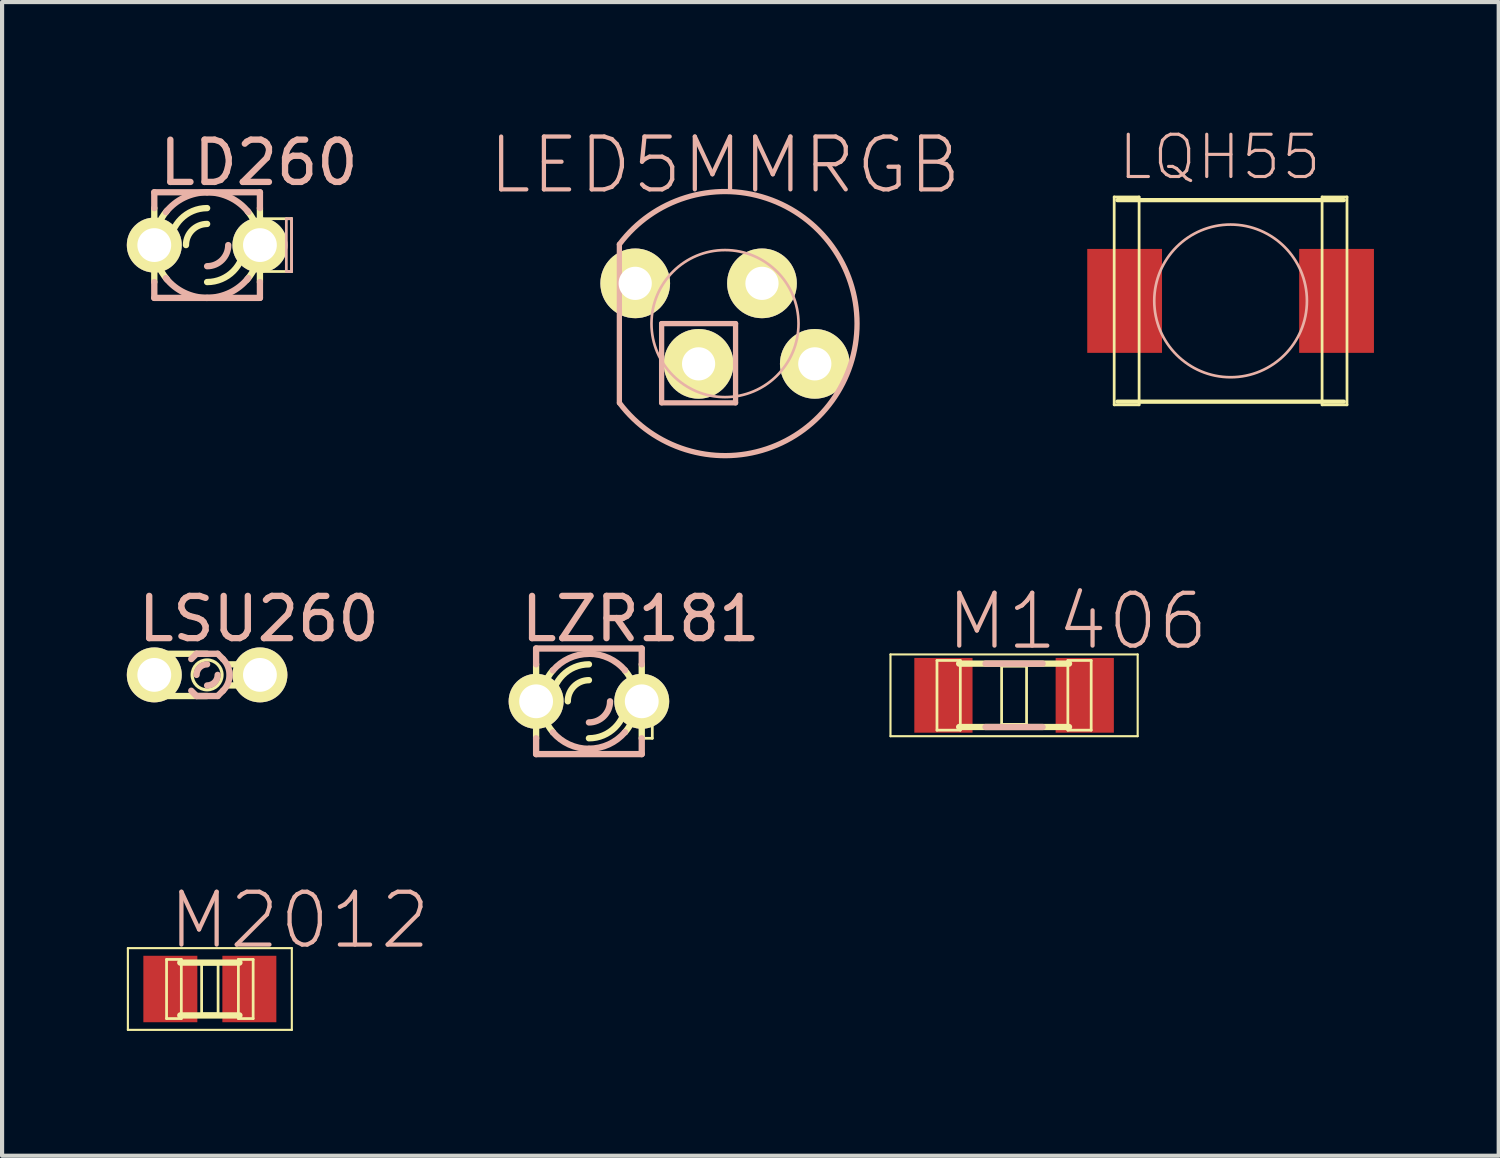
<source format=kicad_pcb>
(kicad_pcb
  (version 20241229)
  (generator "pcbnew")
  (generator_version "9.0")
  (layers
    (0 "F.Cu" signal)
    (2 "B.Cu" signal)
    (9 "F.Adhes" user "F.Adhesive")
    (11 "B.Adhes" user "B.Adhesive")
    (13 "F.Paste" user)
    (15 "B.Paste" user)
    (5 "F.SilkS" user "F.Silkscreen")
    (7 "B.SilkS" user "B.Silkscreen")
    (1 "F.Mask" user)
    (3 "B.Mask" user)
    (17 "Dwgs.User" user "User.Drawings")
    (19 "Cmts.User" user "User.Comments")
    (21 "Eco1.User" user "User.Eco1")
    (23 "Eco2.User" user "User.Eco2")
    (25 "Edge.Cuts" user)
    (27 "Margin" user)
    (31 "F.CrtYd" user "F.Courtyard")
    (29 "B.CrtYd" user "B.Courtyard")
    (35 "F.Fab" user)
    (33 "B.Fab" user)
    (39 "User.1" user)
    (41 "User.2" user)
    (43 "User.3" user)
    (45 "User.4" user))
  (footprint "LZR181"
    (layer "F.Cu")
    (at 11.111 13.813)
    (property "Reference" "LZR181" (at 1.245 -1.981 0) (layer "B.SilkS") (effects (font (size 1.016 1.016) (thickness 0.152))))
    (attr exclude_from_pos_files exclude_from_bom)
    (fp_line (start -1.524 -0.254) (end -1.27 -0.254) (stroke (width 0.066) (type solid)) (layer "F.SilkS"))
    (fp_line (start -1.524 0.254) (end -1.524 -0.254) (stroke (width 0.066) (type solid)) (layer "F.SilkS"))
    (fp_line (start -1.524 0.254) (end -1.27 0.254) (stroke (width 0.066) (type solid)) (layer "F.SilkS"))
    (fp_line (start -1.27 0.254) (end -1.27 -0.254) (stroke (width 0.066) (type solid)) (layer "F.SilkS"))
    (fp_line (start -1.27 0.889) (end -1.27 -0.889) (stroke (width 0.152) (type solid)) (layer "F.SilkS"))
    (fp_line (start 1.27 -0.889) (end 1.27 0.889) (stroke (width 0.152) (type solid)) (layer "F.SilkS"))
    (fp_line (start 1.27 -0.254) (end 1.524 -0.254) (stroke (width 0.066) (type solid)) (layer "F.SilkS"))
    (fp_line (start 1.27 0.889) (end 1.27 -0.254) (stroke (width 0.066) (type solid)) (layer "F.SilkS"))
    (fp_line (start 1.27 0.889) (end 1.524 0.889) (stroke (width 0.066) (type solid)) (layer "F.SilkS"))
    (fp_line (start 1.524 0.889) (end 1.524 -0.254) (stroke (width 0.066) (type solid)) (layer "F.SilkS"))
    (fp_arc (start -1.143 0) (mid -1.072007 -0.396548) (end -0.867847 -0.743835) (stroke (width 0.1524) (type solid)) (layer "F.SilkS"))
    (fp_arc (start -0.889 0) (mid -0.628618 -0.628618) (end 0 -0.889) (stroke (width 0.1524) (type solid)) (layer "F.SilkS"))
    (fp_arc (start -0.86614 0.74168) (mid -1.069658 0.395119) (end -1.140301 -0.000525) (stroke (width 0.1524) (type solid)) (layer "F.SilkS"))
    (fp_arc (start -0.508 0) (mid -0.35921 -0.35921) (end 0 -0.508) (stroke (width 0.1524) (type solid)) (layer "F.SilkS"))
    (fp_arc (start 0.86614 -0.74168) (mid 1.069658 -0.395119) (end 1.140301 0.000525) (stroke (width 0.1524) (type solid)) (layer "F.SilkS"))
    (fp_arc (start 0.889 0) (mid 0.628618 0.628618) (end 0 0.889) (stroke (width 0.1524) (type solid)) (layer "F.SilkS"))
    (fp_arc (start 1.143 0) (mid 1.072007 0.396548) (end 0.867847 0.743835) (stroke (width 0.1524) (type solid)) (layer "F.SilkS"))
    (fp_line (start -1.27 -1.27) (end -1.27 -0.889) (stroke (width 0.152) (type solid)) (layer "B.SilkS"))
    (fp_line (start -1.27 -1.27) (end 1.27 -1.27) (stroke (width 0.152) (type solid)) (layer "B.SilkS"))
    (fp_line (start -1.27 1.27) (end -1.27 0.889) (stroke (width 0.152) (type solid)) (layer "B.SilkS"))
    (fp_line (start -1.27 1.27) (end 1.27 1.27) (stroke (width 0.152) (type solid)) (layer "B.SilkS"))
    (fp_line (start 1.27 -1.27) (end 1.27 -0.889) (stroke (width 0.152) (type solid)) (layer "B.SilkS"))
    (fp_line (start 1.27 1.27) (end 1.27 0.889) (stroke (width 0.152) (type solid)) (layer "B.SilkS"))
    (fp_arc (start -0.86614 -0.74168) (mid -0.477875 -1.035337) (end -0.002515 -1.140299) (stroke (width 0.1524) (type solid)) (layer "B.SilkS"))
    (fp_arc (start 0 -1.143) (mid 0.476716 -1.038841) (end 0.866548 -0.745348) (stroke (width 0.1524) (type solid)) (layer "B.SilkS"))
    (fp_arc (start 0 1.143) (mid -0.476716 1.038841) (end -0.866548 0.745348) (stroke (width 0.1524) (type solid)) (layer "B.SilkS"))
    (fp_arc (start 0.508 0) (mid 0.35921 0.35921) (end 0 0.508) (stroke (width 0.1524) (type solid)) (layer "B.SilkS"))
    (fp_arc (start 0.86614 0.74168) (mid 0.477875 1.035337) (end 0.002515 1.140299) (stroke (width 0.1524) (type solid)) (layer "B.SilkS"))
    (pad "A" thru_hole circle (at -1.27 0) (size 1.321 1.321) (drill 0.813) (layers "*.Cu" "F.Mask" "F.SilkS" "F.Paste"))
    (pad "K" thru_hole circle (at 1.27 0) (size 1.321 1.321) (drill 0.813) (layers "*.Cu" "F.Mask" "F.SilkS" "F.Paste")))
  (footprint "LD260"
    (layer "F.Cu")
    (at 1.93 2.843)
    (property "Reference" "LD260" (at 1.245 -1.981 0) (layer "B.SilkS") (effects (font (size 1.016 1.016) (thickness 0.152))))
    (attr exclude_from_pos_files exclude_from_bom)
    (fp_line (start -1.27 0.889) (end -1.27 -0.889) (stroke (width 0.152) (type solid)) (layer "F.SilkS"))
    (fp_line (start 1.27 -0.889) (end 1.27 0.889) (stroke (width 0.152) (type solid)) (layer "F.SilkS"))
    (fp_line (start 1.27 -0.635) (end 2.032 -0.635) (stroke (width 0.066) (type solid)) (layer "F.SilkS"))
    (fp_line (start 1.27 0.635) (end 1.27 -0.635) (stroke (width 0.066) (type solid)) (layer "F.SilkS"))
    (fp_line (start 1.27 0.635) (end 2.032 0.635) (stroke (width 0.066) (type solid)) (layer "F.SilkS"))
    (fp_line (start 2.032 0.635) (end 2.032 -0.635) (stroke (width 0.066) (type solid)) (layer "F.SilkS"))
    (fp_arc (start -1.27 0) (mid -1.191119 -0.440608) (end -0.964275 -0.826483) (stroke (width 0.1524) (type solid)) (layer "F.SilkS"))
    (fp_arc (start -0.96266 0.8255) (mid -1.189264 0.440246) (end -1.268134 0.000304) (stroke (width 0.1524) (type solid)) (layer "F.SilkS"))
    (fp_arc (start -0.889 0) (mid -0.628618 -0.628618) (end 0 -0.889) (stroke (width 0.1524) (type solid)) (layer "F.SilkS"))
    (fp_arc (start -0.508 0) (mid -0.35921 -0.35921) (end 0 -0.508) (stroke (width 0.1524) (type solid)) (layer "F.SilkS"))
    (fp_arc (start 0.889 0) (mid 0.628618 0.628618) (end 0 0.889) (stroke (width 0.1524) (type solid)) (layer "F.SilkS"))
    (fp_arc (start 0.97536 -0.8128) (mid 1.19378 -0.432273) (end 1.269634 -0.000123) (stroke (width 0.1524) (type solid)) (layer "F.SilkS"))
    (fp_arc (start 1.27 0) (mid 1.189185 0.445801) (end 0.957026 0.834867) (stroke (width 0.1524) (type solid)) (layer "F.SilkS"))
    (fp_line (start -1.27 -1.27) (end -1.27 -0.889) (stroke (width 0.152) (type solid)) (layer "B.SilkS"))
    (fp_line (start -1.27 1.27) (end -1.27 0.889) (stroke (width 0.152) (type solid)) (layer "B.SilkS"))
    (fp_line (start -1.27 1.27) (end 1.27 1.27) (stroke (width 0.152) (type solid)) (layer "B.SilkS"))
    (fp_line (start 1.27 -1.27) (end -1.27 -1.27) (stroke (width 0.152) (type solid)) (layer "B.SilkS"))
    (fp_line (start 1.27 -1.27) (end 1.27 -0.889) (stroke (width 0.152) (type solid)) (layer "B.SilkS"))
    (fp_line (start 1.27 1.27) (end 1.27 0.889) (stroke (width 0.152) (type solid)) (layer "B.SilkS"))
    (fp_line (start 1.905 -0.635) (end 2.032 -0.635) (stroke (width 0.066) (type solid)) (layer "B.SilkS"))
    (fp_line (start 1.905 0.635) (end 1.905 -0.635) (stroke (width 0.066) (type solid)) (layer "B.SilkS"))
    (fp_line (start 1.905 0.635) (end 2.032 0.635) (stroke (width 0.066) (type solid)) (layer "B.SilkS"))
    (fp_line (start 2.032 0.635) (end 2.032 -0.635) (stroke (width 0.066) (type solid)) (layer "B.SilkS"))
    (fp_arc (start -0.9906 -0.79248) (mid -0.549939 -1.143189) (end -0.00089 -1.268587) (stroke (width 0.1524) (type solid)) (layer "B.SilkS"))
    (fp_arc (start 0 -1.27) (mid 0.549748 -1.144848) (end 0.991147 -0.794058) (stroke (width 0.1524) (type solid)) (layer "B.SilkS"))
    (fp_arc (start 0 1.27) (mid -0.549748 1.144848) (end -0.991147 0.794058) (stroke (width 0.1524) (type solid)) (layer "B.SilkS"))
    (fp_arc (start 0.508 0) (mid 0.35921 0.35921) (end 0 0.508) (stroke (width 0.1524) (type solid)) (layer "B.SilkS"))
    (fp_arc (start 0.9906 0.79248) (mid 0.549939 1.143189) (end 0.00089 1.268587) (stroke (width 0.1524) (type solid)) (layer "B.SilkS"))
    (pad "A" thru_hole circle (at -1.27 0) (size 1.321 1.321) (drill 0.813) (layers "*.Cu" "F.Mask" "F.SilkS" "F.Paste"))
    (pad "K" thru_hole circle (at 1.27 0) (size 1.321 1.321) (drill 0.813) (layers "*.Cu" "F.Mask" "F.SilkS" "F.Paste")))
  (footprint "M1406"
    (layer "F.Cu")
    (at 21.334 13.669)
    (property "Reference" "M1406" (at 1.524 -1.778 0) (layer "B.SilkS") (effects (font (size 1.27 1.27) (thickness 0.102))))
    (attr smd)
    (fp_line (start -2.972 -0.983) (end 2.972 -0.983) (stroke (width 0.051) (type solid)) (layer "F.SilkS"))
    (fp_line (start -2.972 0.983) (end -2.972 -0.983) (stroke (width 0.051) (type solid)) (layer "F.SilkS"))
    (fp_line (start -1.854 -0.838) (end -1.293 -0.838) (stroke (width 0.066) (type solid)) (layer "F.SilkS"))
    (fp_line (start -1.854 0.838) (end -1.854 -0.838) (stroke (width 0.066) (type solid)) (layer "F.SilkS"))
    (fp_line (start -1.854 0.838) (end -1.293 0.838) (stroke (width 0.066) (type solid)) (layer "F.SilkS"))
    (fp_line (start -1.293 0.838) (end -1.293 -0.838) (stroke (width 0.066) (type solid)) (layer "F.SilkS"))
    (fp_line (start -0.3 -0.699) (end 0.3 -0.699) (stroke (width 0.066) (type solid)) (layer "F.SilkS"))
    (fp_line (start -0.3 0.699) (end -0.3 -0.699) (stroke (width 0.066) (type solid)) (layer "F.SilkS"))
    (fp_line (start -0.3 0.699) (end 0.3 0.699) (stroke (width 0.066) (type solid)) (layer "F.SilkS"))
    (fp_line (start 0.3 0.699) (end 0.3 -0.699) (stroke (width 0.066) (type solid)) (layer "F.SilkS"))
    (fp_line (start 1.293 -0.838) (end 1.854 -0.838) (stroke (width 0.066) (type solid)) (layer "F.SilkS"))
    (fp_line (start 1.293 0.838) (end 1.293 -0.838) (stroke (width 0.066) (type solid)) (layer "F.SilkS"))
    (fp_line (start 1.293 0.838) (end 1.854 0.838) (stroke (width 0.066) (type solid)) (layer "F.SilkS"))
    (fp_line (start 1.321 -0.762) (end -1.321 -0.762) (stroke (width 0.152) (type solid)) (layer "F.SilkS"))
    (fp_line (start 1.321 0.762) (end -1.321 0.762) (stroke (width 0.152) (type solid)) (layer "F.SilkS"))
    (fp_line (start 1.854 0.838) (end 1.854 -0.838) (stroke (width 0.066) (type solid)) (layer "F.SilkS"))
    (fp_line (start 2.972 -0.983) (end 2.972 0.983) (stroke (width 0.051) (type solid)) (layer "F.SilkS"))
    (fp_line (start 2.972 0.983) (end -2.972 0.983) (stroke (width 0.051) (type solid)) (layer "F.SilkS"))
    (fp_line (start 0.686 -0.762) (end -0.686 -0.762) (stroke (width 0.152) (type solid)) (layer "B.SilkS"))
    (fp_line (start 0.686 0.762) (end -0.686 0.762) (stroke (width 0.152) (type solid)) (layer "B.SilkS"))
    (pad "1" smd rect (at -1.699 0) (size 1.4 1.798) (layers "F.Cu" "F.Mask" "F.Paste"))
    (pad "2" smd rect (at 1.699 0) (size 1.4 1.798) (layers "F.Cu" "F.Mask" "F.Paste")))
  (footprint "LED5MMRGB"
    (layer "F.Cu")
    (at 14.383 4.731)
    (property "Reference" "LED5MMRGB" (at 0 -3.81 0) (layer "B.SilkS") (effects (font (size 1.27 1.27) (thickness 0.102))))
    (attr exclude_from_pos_files exclude_from_bom)
    (fp_line (start -2.54 -1.905) (end -2.54 1.905) (stroke (width 0.127) (type solid)) (layer "B.SilkS"))
    (fp_line (start -1.524 0) (end 0.254 0) (stroke (width 0.127) (type solid)) (layer "B.SilkS"))
    (fp_line (start -1.524 1.905) (end -1.524 0) (stroke (width 0.127) (type solid)) (layer "B.SilkS"))
    (fp_line (start 0.254 0) (end 0.254 1.905) (stroke (width 0.127) (type solid)) (layer "B.SilkS"))
    (fp_line (start 0.254 1.905) (end -1.524 1.905) (stroke (width 0.127) (type solid)) (layer "B.SilkS"))
    (fp_arc (start -2.54 -1.905) (mid 3.175 -0.001668) (end -2.537997 1.907668) (stroke (width 0.127) (type solid)) (layer "B.SilkS"))
    (fp_circle (center 0 0) (end -1.25 1.25) (stroke (width 0.064) (type solid)) (fill no) (layer "B.SilkS"))
    (pad "1" thru_hole circle (at -2.159 -0.968) (size 1.676 1.676) (drill 0.798) (layers "*.Cu" "F.Mask" "F.SilkS" "F.Paste"))
    (pad "2" thru_hole circle (at -0.635 0.968) (size 1.676 1.676) (drill 0.798) (layers "*.Cu" "F.Mask" "F.SilkS" "F.Paste"))
    (pad "3" thru_hole circle (at 0.889 -0.968) (size 1.676 1.676) (drill 0.798) (layers "*.Cu" "F.Mask" "F.SilkS" "F.Paste"))
    (pad "4" thru_hole circle (at 2.159 0.968) (size 1.676 1.676) (drill 0.798) (layers "*.Cu" "F.Mask" "F.SilkS" "F.Paste")))
  (footprint "LSU260"
    (layer "F.Cu")
    (at 1.93 13.178)
    (property "Reference" "LSU260" (at 1.245 -1.346 0) (layer "B.SilkS") (effects (font (size 1.016 1.016) (thickness 0.152))))
    (attr exclude_from_pos_files exclude_from_bom)
    (fp_line (start -1.397 -0.254) (end -1.143 -0.254) (stroke (width 0.066) (type solid)) (layer "F.SilkS"))
    (fp_line (start -1.397 -0.254) (end -1.143 -0.254) (stroke (width 0.152) (type solid)) (layer "F.SilkS"))
    (fp_line (start -1.397 0.254) (end -1.397 -0.254) (stroke (width 0.066) (type solid)) (layer "F.SilkS"))
    (fp_line (start -1.397 0.254) (end -1.397 -0.254) (stroke (width 0.152) (type solid)) (layer "F.SilkS"))
    (fp_line (start -1.397 0.254) (end -1.143 0.254) (stroke (width 0.066) (type solid)) (layer "F.SilkS"))
    (fp_line (start -1.143 -0.508) (end 0 -0.508) (stroke (width 0.152) (type solid)) (layer "F.SilkS"))
    (fp_line (start -1.143 -0.254) (end -1.143 -0.508) (stroke (width 0.152) (type solid)) (layer "F.SilkS"))
    (fp_line (start -1.143 0.254) (end -1.397 0.254) (stroke (width 0.152) (type solid)) (layer "F.SilkS"))
    (fp_line (start -1.143 0.254) (end -1.143 -0.254) (stroke (width 0.066) (type solid)) (layer "F.SilkS"))
    (fp_line (start -1.143 0.254) (end -1.143 -0.254) (stroke (width 0.152) (type solid)) (layer "F.SilkS"))
    (fp_line (start -1.143 0.508) (end -1.143 0.254) (stroke (width 0.152) (type solid)) (layer "F.SilkS"))
    (fp_line (start 0 0.508) (end -1.143 0.508) (stroke (width 0.152) (type solid)) (layer "F.SilkS"))
    (fp_line (start 0.508 -0.254) (end 1.397 -0.254) (stroke (width 0.066) (type solid)) (layer "F.SilkS"))
    (fp_line (start 0.508 0.254) (end 0.508 -0.254) (stroke (width 0.066) (type solid)) (layer "F.SilkS"))
    (fp_line (start 0.508 0.254) (end 1.397 0.254) (stroke (width 0.066) (type solid)) (layer "F.SilkS"))
    (fp_line (start 0.508 0.254) (end 1.397 0.254) (stroke (width 0.152) (type solid)) (layer "F.SilkS"))
    (fp_line (start 1.397 -0.254) (end 0.508 -0.254) (stroke (width 0.152) (type solid)) (layer "F.SilkS"))
    (fp_line (start 1.397 0.254) (end 1.397 -0.254) (stroke (width 0.066) (type solid)) (layer "F.SilkS"))
    (fp_line (start 1.397 0.254) (end 1.397 -0.254) (stroke (width 0.152) (type solid)) (layer "F.SilkS"))
    (fp_circle (center 0 0) (end -0.254 0.254) (stroke (width 0.076) (type solid)) (fill no) (layer "F.SilkS"))
    (fp_line (start -0.381 -0.381) (end -0.254 -0.508) (stroke (width 0.152) (type solid)) (layer "B.SilkS"))
    (fp_line (start -0.381 0.381) (end -0.254 0.508) (stroke (width 0.152) (type solid)) (layer "B.SilkS"))
    (fp_line (start 0.254 -0.508) (end -0.254 -0.508) (stroke (width 0.152) (type solid)) (layer "B.SilkS"))
    (fp_line (start 0.254 0.508) (end -0.254 0.508) (stroke (width 0.152) (type solid)) (layer "B.SilkS"))
    (fp_line (start 0.381 -0.381) (end 0.254 -0.508) (stroke (width 0.152) (type solid)) (layer "B.SilkS"))
    (fp_line (start 0.381 0.381) (end 0.254 0.508) (stroke (width 0.152) (type solid)) (layer "B.SilkS"))
    (fp_arc (start -0.254 0) (mid -0.179605 -0.179605) (end 0 -0.254) (stroke (width 0.1524) (type solid)) (layer "B.SilkS"))
    (fp_arc (start 0.254 0) (mid 0.179605 0.179605) (end 0 0.254) (stroke (width 0.1524) (type solid)) (layer "B.SilkS"))
    (fp_arc (start 0.381 -0.381) (mid 0.538815 0) (end 0.381 0.381) (stroke (width 0.1524) (type solid)) (layer "B.SilkS"))
    (pad "A" thru_hole circle (at -1.27 0) (size 1.321 1.321) (drill 0.813) (layers "*.Cu" "F.Mask" "F.SilkS" "F.Paste"))
    (pad "K" thru_hole circle (at 1.27 0) (size 1.321 1.321) (drill 0.813) (layers "*.Cu" "F.Mask" "F.SilkS" "F.Paste")))
  (footprint "LQH55"
    (layer "F.Cu")
    (at 26.54 4.185)
    (property "Reference" "LQH55" (at -0.259 -3.457 0) (layer "B.SilkS") (effects (font (size 1.016 1.016) (thickness 0.076))))
    (attr smd)
    (fp_line (start -2.799 -2.499) (end -2.2 -2.499) (stroke (width 0.066) (type solid)) (layer "F.SilkS"))
    (fp_line (start -2.799 2.499) (end -2.799 -2.499) (stroke (width 0.066) (type solid)) (layer "F.SilkS"))
    (fp_line (start -2.799 2.499) (end -2.2 2.499) (stroke (width 0.066) (type solid)) (layer "F.SilkS"))
    (fp_line (start -2.723 -2.423) (end 2.723 -2.423) (stroke (width 0.102) (type solid)) (layer "F.SilkS"))
    (fp_line (start -2.2 2.499) (end -2.2 -2.499) (stroke (width 0.066) (type solid)) (layer "F.SilkS"))
    (fp_line (start 2.2 -2.499) (end 2.799 -2.499) (stroke (width 0.066) (type solid)) (layer "F.SilkS"))
    (fp_line (start 2.2 2.499) (end 2.2 -2.499) (stroke (width 0.066) (type solid)) (layer "F.SilkS"))
    (fp_line (start 2.2 2.499) (end 2.799 2.499) (stroke (width 0.066) (type solid)) (layer "F.SilkS"))
    (fp_line (start 2.723 2.423) (end -2.723 2.423) (stroke (width 0.102) (type solid)) (layer "F.SilkS"))
    (fp_line (start 2.799 2.499) (end 2.799 -2.499) (stroke (width 0.066) (type solid)) (layer "F.SilkS"))
    (fp_circle (center 0 0) (end -1.298 1.298) (stroke (width 0.064) (type solid)) (fill no) (layer "B.SilkS"))
    (pad "1" smd rect (at -2.548 0) (size 1.798 2.499) (layers "F.Cu" "F.Mask" "F.Paste"))
    (pad "2" smd rect (at 2.548 0) (size 1.798 2.499) (layers "F.Cu" "F.Mask" "F.Paste")))
  (footprint "M2012"
    (layer "F.Cu")
    (at 1.996 20.731)
    (property "Reference" "M2012" (at 2.159 -1.651 0) (layer "B.SilkS") (effects (font (size 1.27 1.27) (thickness 0.102))))
    (attr smd)
    (fp_line (start -1.971 -0.983) (end 1.971 -0.983) (stroke (width 0.051) (type solid)) (layer "F.SilkS"))
    (fp_line (start -1.971 0.983) (end -1.971 -0.983) (stroke (width 0.051) (type solid)) (layer "F.SilkS"))
    (fp_line (start -1.041 -0.711) (end -0.686 -0.711) (stroke (width 0.066) (type solid)) (layer "F.SilkS"))
    (fp_line (start -1.041 0.711) (end -1.041 -0.711) (stroke (width 0.066) (type solid)) (layer "F.SilkS"))
    (fp_line (start -1.041 0.711) (end -0.686 0.711) (stroke (width 0.066) (type solid)) (layer "F.SilkS"))
    (fp_line (start -0.686 0.711) (end -0.686 -0.711) (stroke (width 0.066) (type solid)) (layer "F.SilkS"))
    (fp_line (start -0.198 -0.599) (end 0.198 -0.599) (stroke (width 0.066) (type solid)) (layer "F.SilkS"))
    (fp_line (start -0.198 0.599) (end -0.198 -0.599) (stroke (width 0.066) (type solid)) (layer "F.SilkS"))
    (fp_line (start -0.198 0.599) (end 0.198 0.599) (stroke (width 0.066) (type solid)) (layer "F.SilkS"))
    (fp_line (start 0.198 0.599) (end 0.198 -0.599) (stroke (width 0.066) (type solid)) (layer "F.SilkS"))
    (fp_line (start 0.686 -0.711) (end 1.041 -0.711) (stroke (width 0.066) (type solid)) (layer "F.SilkS"))
    (fp_line (start 0.686 0.711) (end 0.686 -0.711) (stroke (width 0.066) (type solid)) (layer "F.SilkS"))
    (fp_line (start 0.686 0.711) (end 1.041 0.711) (stroke (width 0.066) (type solid)) (layer "F.SilkS"))
    (fp_line (start 0.711 -0.635) (end -0.711 -0.635) (stroke (width 0.152) (type solid)) (layer "F.SilkS"))
    (fp_line (start 0.711 0.635) (end -0.711 0.635) (stroke (width 0.152) (type solid)) (layer "F.SilkS"))
    (fp_line (start 1.041 0.711) (end 1.041 -0.711) (stroke (width 0.066) (type solid)) (layer "F.SilkS"))
    (fp_line (start 1.971 -0.983) (end 1.971 0.983) (stroke (width 0.051) (type solid)) (layer "F.SilkS"))
    (fp_line (start 1.971 0.983) (end -1.971 0.983) (stroke (width 0.051) (type solid)) (layer "F.SilkS"))
    (pad "1" smd rect (at -0.95 0) (size 1.298 1.598) (layers "F.Cu" "F.Mask" "F.Paste"))
    (pad "2" smd rect (at 0.95 0) (size 1.298 1.598) (layers "F.Cu" "F.Mask" "F.Paste")))
  (gr_rect
    (start -3 -3)
    (end 32.987 24.74)
    (stroke (width 0.1) (type default))
    (fill no)
    (layer "Edge.Cuts")))
</source>
